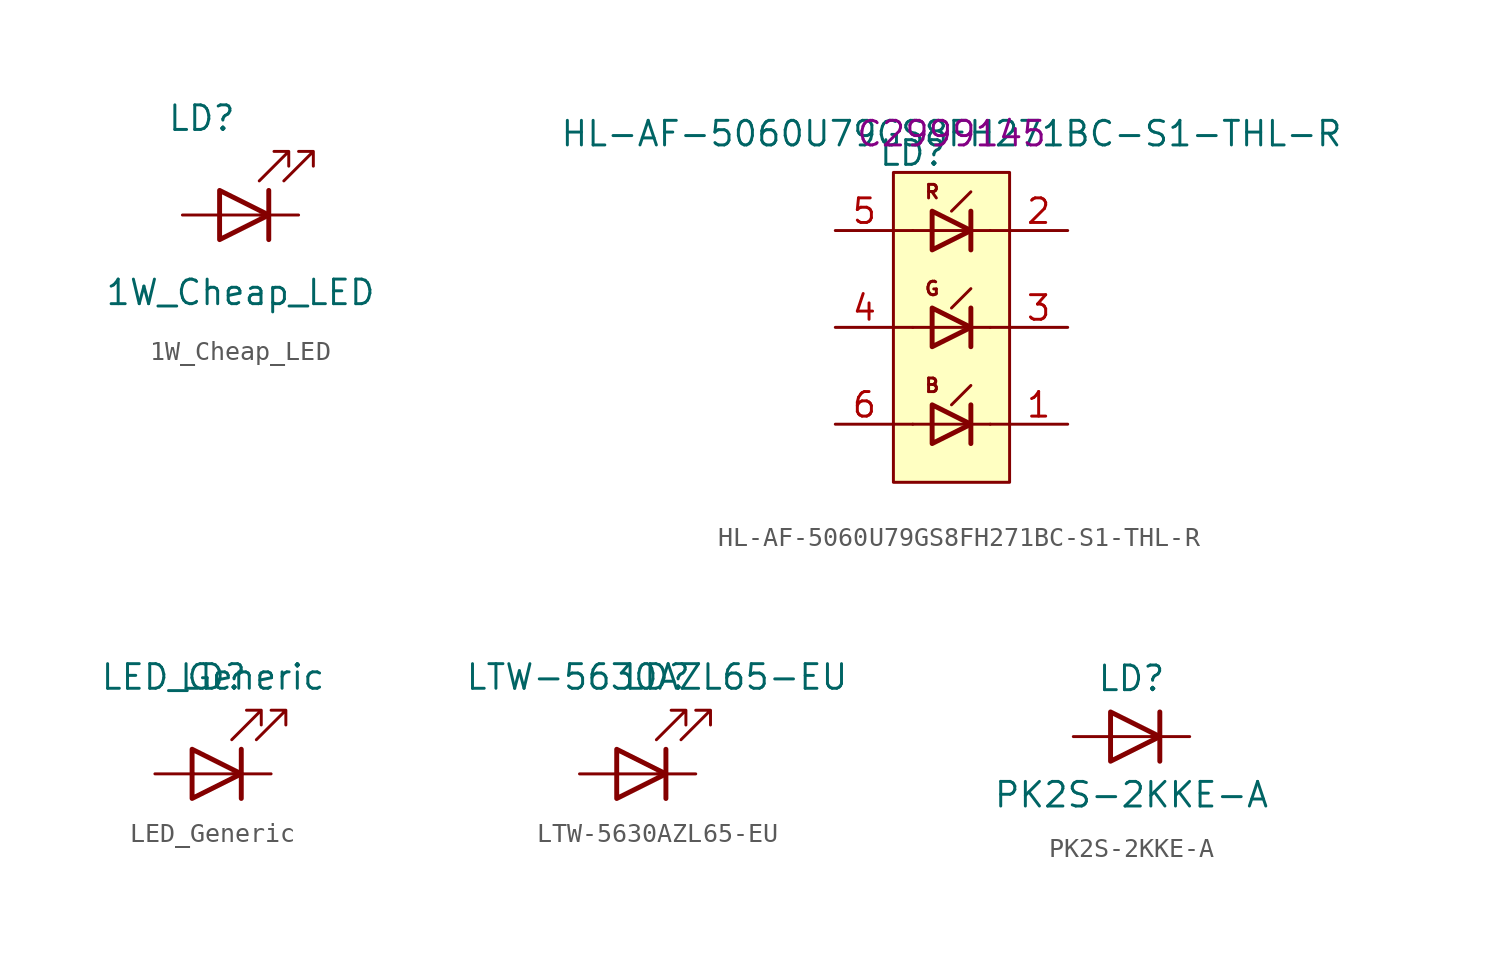
<source format=kicad_sym>
(kicad_symbol_lib
  (version 20220914)
  (generator kicad_symbol_editor)
  (symbol "1W_Cheap_LED"
    (pin_numbers hide)
    (pin_names
      (offset 0) hide)
    (property "Reference" "LD"
      (at -8 2 0)
      (effects (font (size 1.27 1.27))))
    (property "Value" "1W_Cheap_LED"
      (at -6 -7 0)
      (effects (font (size 1.27 1.27))))
    (symbol "1W_Cheap_LED_0_1"
      (polyline (pts (xy -4.54 -3) (xy -7.08 -3)) (stroke (width 0) (type default)) (fill (type none)))
      (polyline (pts (xy -4.54 -1.73) (xy -4.54 -4.27)) (stroke (width 0.254) (type default)) (fill (type none)))
      (polyline (pts (xy -7.08 -1.73) (xy -7.08 -4.27) (xy -4.54 -3) (xy -7.08 -1.73)) (stroke (width 0.254) (type default)) (fill (type none)))
      (polyline (pts (xy -5.032 -1.238) (xy -3.508 0.286) (xy -4.27 0.286) (xy -3.508 0.286) (xy -3.508 -0.476)) (stroke (width 0) (type default)) (fill (type none)))
      (polyline (pts (xy -3.762 -1.238) (xy -2.238 0.286) (xy -3 0.286) (xy -2.238 0.286) (xy -2.238 -0.476)) (stroke (width 0) (type default)) (fill (type none))))
    (symbol "1W_Cheap_LED_1_1"
      (pin passive line (at -9 -3 0) (length 2) (name "A" (effects (font (size 1.27 1.27)))) (number "1" (effects (font (size 1.27 1.27)))))
      (pin passive line (at -3 -3 180) (length 2) (name "K" (effects (font (size 1.27 1.27)))) (number "2" (effects (font (size 1.27 1.27)))))))
  (symbol " HL-AF-5060U79GS8FH271BC-S1-THL-R"
    (pin_names hide)
    (property "Reference" "LD"
      (at -2 -1 0)
      (effects (font (size 1.27 1.27))))
    (property "Value" " HL-AF-5060U79GS8FH271BC-S1-THL-R"
      (at 0 0 0)
      (effects (font (size 1.27 1.27))))
    (property "LCSC" "C2999145"
      (at 0 0 0)
      (effects (font (size 1.27 1.27))))
    (symbol " HL-AF-5060U79GS8FH271BC-S1-THL-R_0_0"
      (polyline (pts (xy -3 -10) (xy -2 -10)) (stroke (width 0) (type default)) (fill (type none)))
      (polyline (pts (xy -3 -5) (xy -2 -5)) (stroke (width 0) (type default)) (fill (type none)))
      (polyline (pts (xy -2 -15) (xy -3 -15)) (stroke (width 0) (type default)) (fill (type none)))
      (polyline (pts (xy 2 -15) (xy 3 -15)) (stroke (width 0) (type default)) (fill (type none)))
      (polyline (pts (xy 2 -10) (xy 3 -10)) (stroke (width 0) (type default)) (fill (type none)))
      (polyline (pts (xy 2 -5) (xy 3 -5)) (stroke (width 0) (type default)) (fill (type none)))
      (text "B" (at -1 -13 0) (effects (font (size 0.7 0.7))))
      (text "G" (at -1 -8 0) (effects (font (size 0.7 0.7))))
      (text "R" (at -1 -3 0) (effects (font (size 0.7 0.7)))))
    (symbol " HL-AF-5060U79GS8FH271BC-S1-THL-R_0_1"
      (polyline (pts (xy 0 -14) (xy 1 -13)) (stroke (width 0) (type default)) (fill (type none)))
      (polyline (pts (xy 0 -9) (xy 1 -8)) (stroke (width 0) (type default)) (fill (type none)))
      (polyline (pts (xy 0 -4) (xy 1 -3)) (stroke (width 0) (type default)) (fill (type none)))
      (polyline (pts (xy 1 -14) (xy 1 -16)) (stroke (width 0.254) (type default)) (fill (type none)))
      (polyline (pts (xy 1 -9) (xy 1 -11)) (stroke (width 0.254) (type default)) (fill (type none)))
      (polyline (pts (xy 1 -4) (xy 1 -6)) (stroke (width 0.254) (type default)) (fill (type none)))
      (polyline (pts (xy 2 -15) (xy -2 -15)) (stroke (width 0) (type default)) (fill (type none)))
      (polyline (pts (xy 2 -10) (xy -2 -10)) (stroke (width 0) (type default)) (fill (type none)))
      (polyline (pts (xy 2 -5) (xy -2 -5)) (stroke (width 0) (type default)) (fill (type none)))
      (polyline (pts (xy -1 -14) (xy -1 -16) (xy 1 -15) (xy -1 -14)) (stroke (width 0.254) (type default)) (fill (type none)))
      (polyline (pts (xy -1 -9) (xy -1 -11) (xy 1 -10) (xy -1 -9)) (stroke (width 0.254) (type default)) (fill (type none)))
      (polyline (pts (xy -1 -4) (xy -1 -6) (xy 1 -5) (xy -1 -4)) (stroke (width 0.254) (type default)) (fill (type none)))
      (rectangle (start 3 -2) (end -3 -18) (stroke (width 0) (type default)) (fill (type background))))
    (symbol " HL-AF-5060U79GS8FH271BC-S1-THL-R_1_1"
      (pin passive line (at 6 -15 180) (length 3) (name "BK" (effects (font (size 1.27 1.27)))) (number "1" (effects (font (size 1.27 1.27)))))
      (pin passive line (at 6 -5 180) (length 3) (name "RK" (effects (font (size 1.27 1.27)))) (number "2" (effects (font (size 1.27 1.27)))))
      (pin passive line (at 6 -10 180) (length 3) (name "GK" (effects (font (size 1.27 1.27)))) (number "3" (effects (font (size 1.27 1.27)))))
      (pin passive line (at -6 -10 0) (length 3) (name "GA" (effects (font (size 1.27 1.27)))) (number "4" (effects (font (size 1.27 1.27)))))
      (pin passive line (at -6 -5 0) (length 3) (name "RA" (effects (font (size 1.27 1.27)))) (number "5" (effects (font (size 1.27 1.27)))))
      (pin passive line (at -6 -15 0) (length 3) (name "BA" (effects (font (size 1.27 1.27)))) (number "6" (effects (font (size 1.27 1.27)))))))
  (symbol "LED_Generic"
    (pin_numbers hide)
    (pin_names hide)
    (property "Reference" "LD"
      (at 0 0 0)
      (effects (font (size 1.27 1.27))))
    (property "Value" "LED_Generic"
      (at 0 0 0)
      (effects (font (size 1.27 1.27))))
    (symbol "LED_Generic_0_1"
      (polyline (pts (xy 1.46 -5) (xy -1.08 -5)) (stroke (width 0) (type default)) (fill (type none)))
      (polyline (pts (xy 1.46 -3.73) (xy 1.46 -6.27)) (stroke (width 0.254) (type default)) (fill (type none)))
      (polyline (pts (xy -1.08 -3.73) (xy -1.08 -6.27) (xy 1.46 -5) (xy -1.08 -3.73)) (stroke (width 0.254) (type default)) (fill (type none)))
      (polyline (pts (xy 0.968 -3.238) (xy 2.492 -1.714) (xy 1.73 -1.714) (xy 2.492 -1.714) (xy 2.492 -2.476)) (stroke (width 0) (type default)) (fill (type none)))
      (polyline (pts (xy 2.238 -3.238) (xy 3.762 -1.714) (xy 3 -1.714) (xy 3.762 -1.714) (xy 3.762 -2.476)) (stroke (width 0) (type default)) (fill (type none))))
    (symbol "LED_Generic_1_1"
      (pin passive line (at -3 -5 0) (length 2) (name "A" (effects (font (size 1.27 1.27)))) (number "1" (effects (font (size 1.27 1.27)))))
      (pin passive line (at 3 -5 180) (length 2) (name "K" (effects (font (size 1.27 1.27)))) (number "2" (effects (font (size 1.27 1.27)))))))
  (symbol "LTW-5630AZL65-EU"
    (pin_numbers hide)
    (pin_names hide)
    (property "Reference" "LD"
      (at 0 0 0)
      (effects (font (size 1.27 1.27))))
    (property "Value" "LTW-5630AZL65-EU"
      (at 0 0 0)
      (effects (font (size 1.27 1.27))))
    (symbol "LTW-5630AZL65-EU_0_1"
      (polyline (pts (xy 0.46 -5) (xy -2.08 -5)) (stroke (width 0) (type default)) (fill (type none)))
      (polyline (pts (xy 0.46 -3.73) (xy 0.46 -6.27)) (stroke (width 0.254) (type default)) (fill (type none)))
      (polyline (pts (xy -2.08 -3.73) (xy -2.08 -6.27) (xy 0.46 -5) (xy -2.08 -3.73)) (stroke (width 0.254) (type default)) (fill (type none)))
      (polyline (pts (xy -0.032 -3.238) (xy 1.492 -1.714) (xy 0.73 -1.714) (xy 1.492 -1.714) (xy 1.492 -2.476)) (stroke (width 0) (type default)) (fill (type none)))
      (polyline (pts (xy 1.238 -3.238) (xy 2.762 -1.714) (xy 2 -1.714) (xy 2.762 -1.714) (xy 2.762 -2.476)) (stroke (width 0) (type default)) (fill (type none))))
    (symbol "LTW-5630AZL65-EU_1_1"
      (pin passive line (at -4 -5 0) (length 2) (name "A" (effects (font (size 1.27 1.27)))) (number "1" (effects (font (size 1.27 1.27)))))
      (pin passive line (at 2 -5 180) (length 2) (name "K" (effects (font (size 1.27 1.27)))) (number "2" (effects (font (size 1.27 1.27)))))))
  (symbol "PK2S-2KKE-A"
    (pin_numbers hide)
    (pin_names hide)
    (property "Reference" "LD"
      (at 0 0 0)
      (effects (font (size 1.27 1.27))))
    (property "Value" "PK2S-2KKE-A"
      (at 0 -6 0)
      (effects (font (size 1.27 1.27))))
    (symbol "PK2S-2KKE-A_0_1"
      (polyline (pts (xy 1.46 -3) (xy -1.08 -3)) (stroke (width 0) (type default)) (fill (type none)))
      (polyline (pts (xy 1.46 -1.73) (xy 1.46 -4.27)) (stroke (width 0.254) (type default)) (fill (type none)))
      (polyline (pts (xy -1.08 -1.73) (xy -1.08 -4.27) (xy 1.46 -3) (xy -1.08 -1.73)) (stroke (width 0.254) (type default)) (fill (type none))))
    (symbol "PK2S-2KKE-A_1_1"
      (pin passive line (at -3 -3 0) (length 2) (name "A" (effects (font (size 1.27 1.27)))) (number "1" (effects (font (size 1.27 1.27)))))
      (pin passive line (at 3 -3 180) (length 2) (name "K" (effects (font (size 1.27 1.27)))) (number "2" (effects (font (size 1.27 1.27))))))))
</source>
